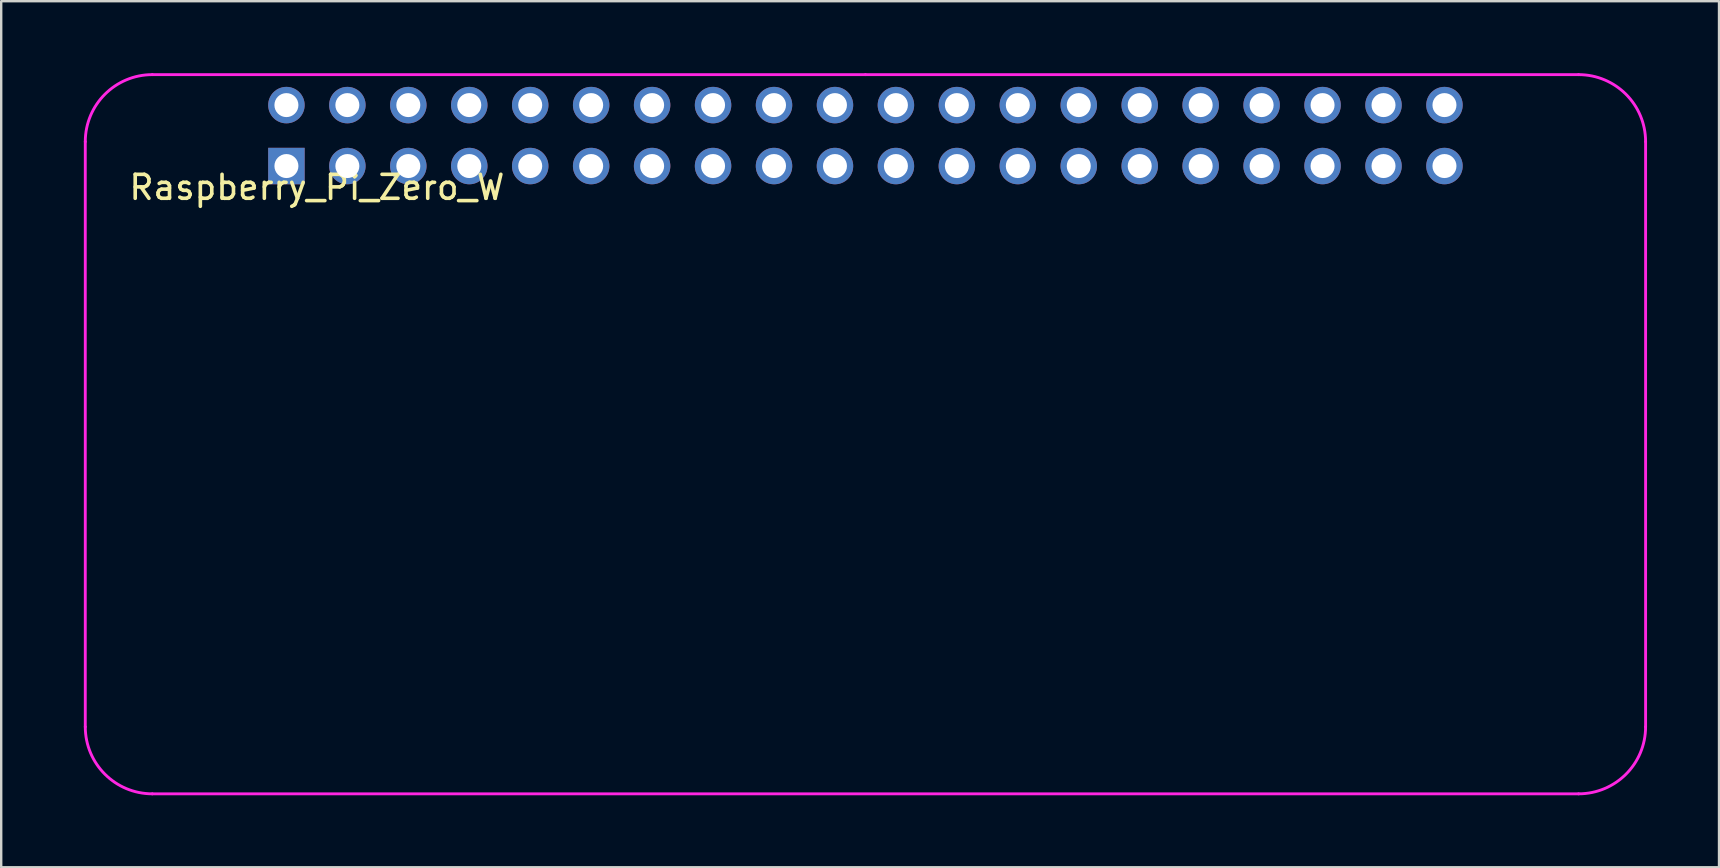
<source format=kicad_pcb>
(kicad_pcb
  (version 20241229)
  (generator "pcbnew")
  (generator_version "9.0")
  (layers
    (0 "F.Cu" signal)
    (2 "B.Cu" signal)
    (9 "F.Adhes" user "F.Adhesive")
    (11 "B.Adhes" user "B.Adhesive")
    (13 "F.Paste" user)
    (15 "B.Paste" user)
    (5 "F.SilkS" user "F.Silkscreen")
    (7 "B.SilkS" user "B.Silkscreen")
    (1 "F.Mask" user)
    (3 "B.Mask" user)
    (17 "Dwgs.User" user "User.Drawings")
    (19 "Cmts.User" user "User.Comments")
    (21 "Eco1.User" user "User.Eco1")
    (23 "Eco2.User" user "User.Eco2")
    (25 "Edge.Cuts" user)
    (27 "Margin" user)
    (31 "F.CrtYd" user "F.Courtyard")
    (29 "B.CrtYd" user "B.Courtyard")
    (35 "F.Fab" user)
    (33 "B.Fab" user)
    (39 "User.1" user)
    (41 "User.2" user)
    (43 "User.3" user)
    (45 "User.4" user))
  (footprint "Raspberry_Pi_Zero_W"
    (layer "F.Cu")
    (at 0.25 29.778)
    (property "Reference" "Raspberry_Pi_Zero_W" (at 9.906 -25.019 0) (layer "F.SilkS") (effects (font (size 1 1) (thickness 0.15))))
    (attr through_hole)
    (fp_line (start 0.254 -26.924) (end 0.254 -2.54) (stroke (width 0.12) (type solid)) (layer "F.CrtYd"))
    (fp_line (start 3.048 0.254) (end 62.484 0.254) (stroke (width 0.12) (type solid)) (layer "F.CrtYd"))
    (fp_line (start 32.766 -29.718) (end 3.048 -29.718) (stroke (width 0.12) (type solid)) (layer "F.CrtYd"))
    (fp_line (start 62.484 -29.718) (end 32.766 -29.718) (stroke (width 0.12) (type solid)) (layer "F.CrtYd"))
    (fp_line (start 65.278 -26.924) (end 65.278 -2.54) (stroke (width 0.12) (type solid)) (layer "F.CrtYd"))
    (fp_arc (start 0.254 -26.924) (mid 1.072344 -28.899656) (end 3.048 -29.718) (stroke (width 0.12) (type solid)) (layer "F.CrtYd"))
    (fp_arc (start 3.048 0.254) (mid 1.072344 -0.564344) (end 0.254 -2.54) (stroke (width 0.12) (type solid)) (layer "F.CrtYd"))
    (fp_arc (start 62.484 -29.718) (mid 64.459656 -28.899656) (end 65.278 -26.924) (stroke (width 0.12) (type solid)) (layer "F.CrtYd"))
    (fp_arc (start 65.278 -2.54) (mid 64.459656 -0.564344) (end 62.484 0.254) (stroke (width 0.12) (type solid)) (layer "F.CrtYd"))
    (pad "1" thru_hole rect (at 8.636 -25.908) (size 1.52 1.52) (drill 1) (layers "*.Cu" "*.Mask"))
    (pad "2" thru_hole circle (at 8.636 -28.448) (size 1.52 1.52) (drill 1) (layers "*.Cu" "*.Mask"))
    (pad "3" thru_hole circle (at 11.176 -25.908) (size 1.52 1.52) (drill 1) (layers "*.Cu" "*.Mask"))
    (pad "4" thru_hole circle (at 11.176 -28.448) (size 1.52 1.52) (drill 1) (layers "*.Cu" "*.Mask"))
    (pad "5" thru_hole circle (at 13.716 -25.908) (size 1.52 1.52) (drill 1) (layers "*.Cu" "*.Mask"))
    (pad "6" thru_hole circle (at 13.716 -28.448) (size 1.52 1.52) (drill 1) (layers "*.Cu" "*.Mask"))
    (pad "7" thru_hole circle (at 16.256 -25.908) (size 1.52 1.52) (drill 1) (layers "*.Cu" "*.Mask"))
    (pad "8" thru_hole circle (at 16.256 -28.448 90) (size 1.52 1.52) (drill 1) (layers "*.Cu" "*.Mask"))
    (pad "9" thru_hole circle (at 18.796 -25.908 90) (size 1.52 1.52) (drill 1) (layers "*.Cu" "*.Mask"))
    (pad "10" thru_hole circle (at 18.796 -28.448) (size 1.52 1.52) (drill 1) (layers "*.Cu" "*.Mask"))
    (pad "11" thru_hole circle (at 21.336 -25.908 90) (size 1.52 1.52) (drill 1) (layers "*.Cu" "*.Mask"))
    (pad "12" thru_hole circle (at 21.336 -28.448) (size 1.52 1.52) (drill 1) (layers "*.Cu" "*.Mask"))
    (pad "13" thru_hole circle (at 23.876 -25.908) (size 1.52 1.52) (drill 1) (layers "*.Cu" "*.Mask"))
    (pad "14" thru_hole circle (at 23.876 -28.448) (size 1.52 1.52) (drill 1) (layers "*.Cu" "*.Mask"))
    (pad "15" thru_hole circle (at 26.416 -25.908) (size 1.52 1.52) (drill 1) (layers "*.Cu" "*.Mask"))
    (pad "16" thru_hole circle (at 26.416 -28.448) (size 1.52 1.52) (drill 1) (layers "*.Cu" "*.Mask"))
    (pad "17" thru_hole circle (at 28.956 -25.908) (size 1.52 1.52) (drill 1) (layers "*.Cu" "*.Mask"))
    (pad "18" thru_hole circle (at 28.956 -28.448) (size 1.52 1.52) (drill 1) (layers "*.Cu" "*.Mask"))
    (pad "19" thru_hole circle (at 31.496 -25.908) (size 1.52 1.52) (drill 1) (layers "*.Cu" "*.Mask"))
    (pad "20" thru_hole circle (at 31.496 -28.448) (size 1.52 1.52) (drill 1) (layers "*.Cu" "*.Mask"))
    (pad "21" thru_hole circle (at 34.036 -25.908) (size 1.52 1.52) (drill 1) (layers "*.Cu" "*.Mask"))
    (pad "22" thru_hole circle (at 34.036 -28.448) (size 1.52 1.52) (drill 1) (layers "*.Cu" "*.Mask"))
    (pad "23" thru_hole circle (at 36.576 -25.908) (size 1.52 1.52) (drill 1) (layers "*.Cu" "*.Mask"))
    (pad "24" thru_hole circle (at 36.576 -28.448) (size 1.52 1.52) (drill 1) (layers "*.Cu" "*.Mask"))
    (pad "25" thru_hole circle (at 39.116 -25.908 90) (size 1.52 1.52) (drill 1) (layers "*.Cu" "*.Mask"))
    (pad "26" thru_hole circle (at 39.116 -28.448) (size 1.52 1.52) (drill 1) (layers "*.Cu" "*.Mask"))
    (pad "27" thru_hole circle (at 41.656 -25.908) (size 1.52 1.52) (drill 1) (layers "*.Cu" "*.Mask"))
    (pad "28" thru_hole circle (at 41.656 -28.448) (size 1.52 1.52) (drill 1) (layers "*.Cu" "*.Mask"))
    (pad "29" thru_hole circle (at 44.196 -25.908) (size 1.52 1.52) (drill 1) (layers "*.Cu" "*.Mask"))
    (pad "30" thru_hole circle (at 44.196 -28.448) (size 1.52 1.52) (drill 1) (layers "*.Cu" "*.Mask"))
    (pad "31" thru_hole circle (at 46.736 -25.908) (size 1.52 1.52) (drill 1) (layers "*.Cu" "*.Mask"))
    (pad "32" thru_hole circle (at 46.736 -28.448) (size 1.52 1.52) (drill 1) (layers "*.Cu" "*.Mask"))
    (pad "33" thru_hole circle (at 49.276 -25.908) (size 1.52 1.52) (drill 1) (layers "*.Cu" "*.Mask"))
    (pad "34" thru_hole circle (at 49.276 -28.448) (size 1.52 1.52) (drill 1) (layers "*.Cu" "*.Mask"))
    (pad "35" thru_hole circle (at 51.816 -25.908) (size 1.52 1.52) (drill 1) (layers "*.Cu" "*.Mask"))
    (pad "36" thru_hole circle (at 51.816 -28.448) (size 1.52 1.52) (drill 1) (layers "*.Cu" "*.Mask"))
    (pad "37" thru_hole circle (at 54.356 -25.908) (size 1.52 1.52) (drill 1) (layers "*.Cu" "*.Mask"))
    (pad "38" thru_hole circle (at 54.356 -28.448) (size 1.52 1.52) (drill 1) (layers "*.Cu" "*.Mask"))
    (pad "39" thru_hole circle (at 56.896 -25.908) (size 1.52 1.52) (drill 1) (layers "*.Cu" "*.Mask"))
    (pad "40" thru_hole circle (at 56.896 -28.448) (size 1.52 1.52) (drill 1) (layers "*.Cu" "*.Mask")))
  (gr_rect
    (start -3 -3)
    (end 68.588 33.092)
    (stroke (width 0.1) (type default))
    (fill no)
    (layer "Edge.Cuts")))
</source>
